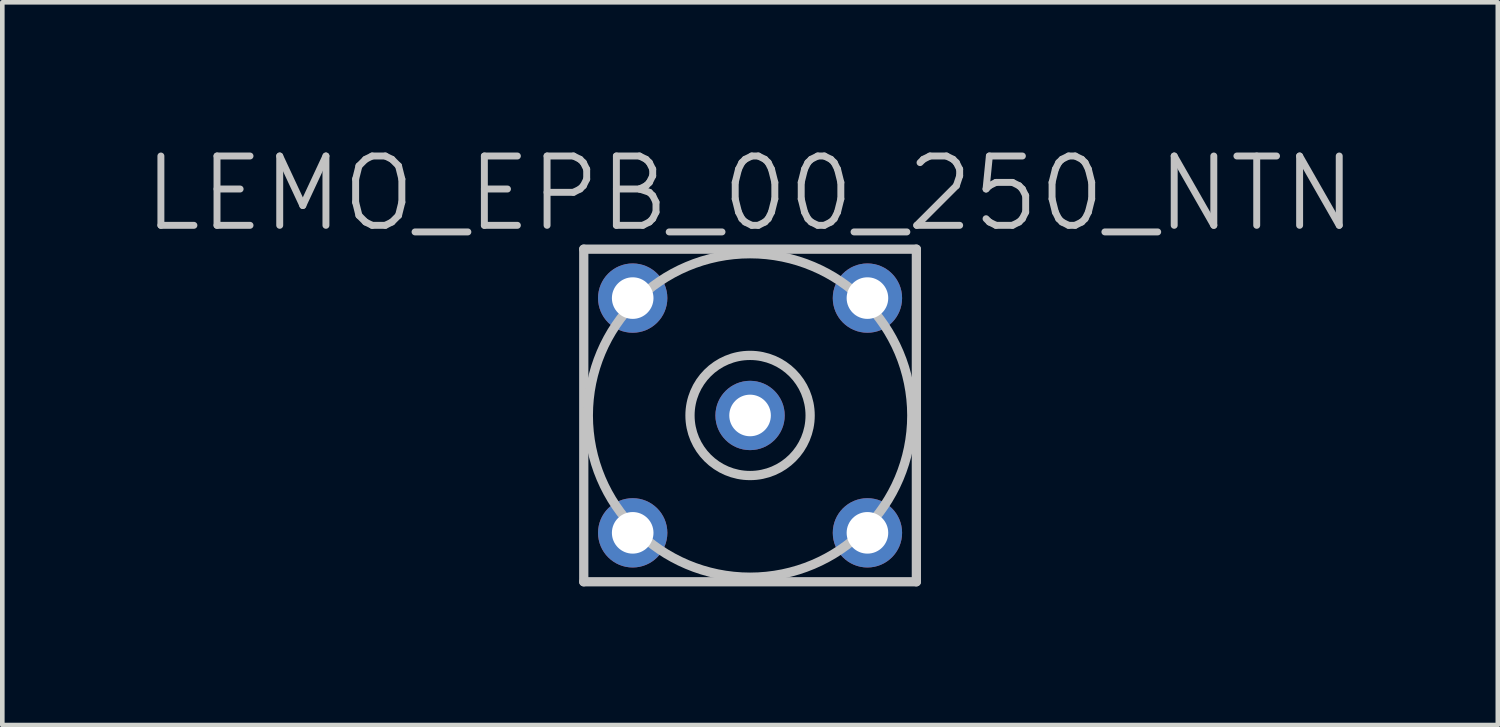
<source format=kicad_pcb>
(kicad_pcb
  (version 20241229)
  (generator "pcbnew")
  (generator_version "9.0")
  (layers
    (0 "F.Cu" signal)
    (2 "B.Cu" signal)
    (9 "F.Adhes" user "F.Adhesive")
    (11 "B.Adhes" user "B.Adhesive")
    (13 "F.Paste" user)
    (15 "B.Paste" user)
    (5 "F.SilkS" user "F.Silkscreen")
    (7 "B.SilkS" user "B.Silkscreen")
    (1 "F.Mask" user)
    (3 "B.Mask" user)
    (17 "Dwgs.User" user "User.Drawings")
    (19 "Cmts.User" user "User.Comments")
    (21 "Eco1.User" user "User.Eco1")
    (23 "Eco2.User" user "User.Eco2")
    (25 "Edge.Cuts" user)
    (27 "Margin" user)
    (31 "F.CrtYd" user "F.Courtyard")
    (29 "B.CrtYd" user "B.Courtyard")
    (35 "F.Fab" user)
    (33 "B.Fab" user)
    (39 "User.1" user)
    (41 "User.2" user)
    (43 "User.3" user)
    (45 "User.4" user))
  (footprint "LEMO_EPB_00_250_NTN"
    (layer "F.Cu")
    (at 13.182 5.941)
    (property "Reference" "LEMO_EPB_00_250_NTN" (at 0 -4.801 0) (layer "Dwgs.User") (effects (font (size 1.5 1.5) (thickness 0.15))))
    (attr through_hole)
    (fp_line (start -3.599 -3.599) (end 3.599 -3.599) (stroke (width 0.2) (type solid)) (layer "Dwgs.User"))
    (fp_line (start -3.599 3.599) (end -3.599 -3.599) (stroke (width 0.2) (type solid)) (layer "Dwgs.User"))
    (fp_line (start 3.599 -3.599) (end 3.599 3.599) (stroke (width 0.2) (type solid)) (layer "Dwgs.User"))
    (fp_line (start 3.599 3.599) (end -3.599 3.599) (stroke (width 0.2) (type solid)) (layer "Dwgs.User"))
    (fp_circle (center 0 0) (end -3.5 0) (stroke (width 0.2) (type solid)) (fill no) (layer "Dwgs.User"))
    (fp_circle (center 0 0) (end -1.3 0) (stroke (width 0.2) (type solid)) (fill no) (layer "Dwgs.User"))
    (pad "1" thru_hole circle (at 0 0) (size 1.5 1.5) (drill 0.9) (layers "*.Cu" "*.Mask"))
    (pad "2" thru_hole circle (at -2.54 -2.54) (size 1.5 1.5) (drill 0.9) (layers "*.Cu" "*.Mask"))
    (pad "2" thru_hole circle (at -2.54 2.54) (size 1.5 1.5) (drill 0.9) (layers "*.Cu" "*.Mask"))
    (pad "2" thru_hole circle (at 2.54 -2.54) (size 1.5 1.5) (drill 0.9) (layers "*.Cu" "*.Mask"))
    (pad "2" thru_hole circle (at 2.54 2.54) (size 1.5 1.5) (drill 0.9) (layers "*.Cu" "*.Mask")))
  (gr_rect
    (start -3 -3)
    (end 29.364 12.641)
    (stroke (width 0.1) (type default))
    (fill no)
    (layer "Edge.Cuts")))
</source>
